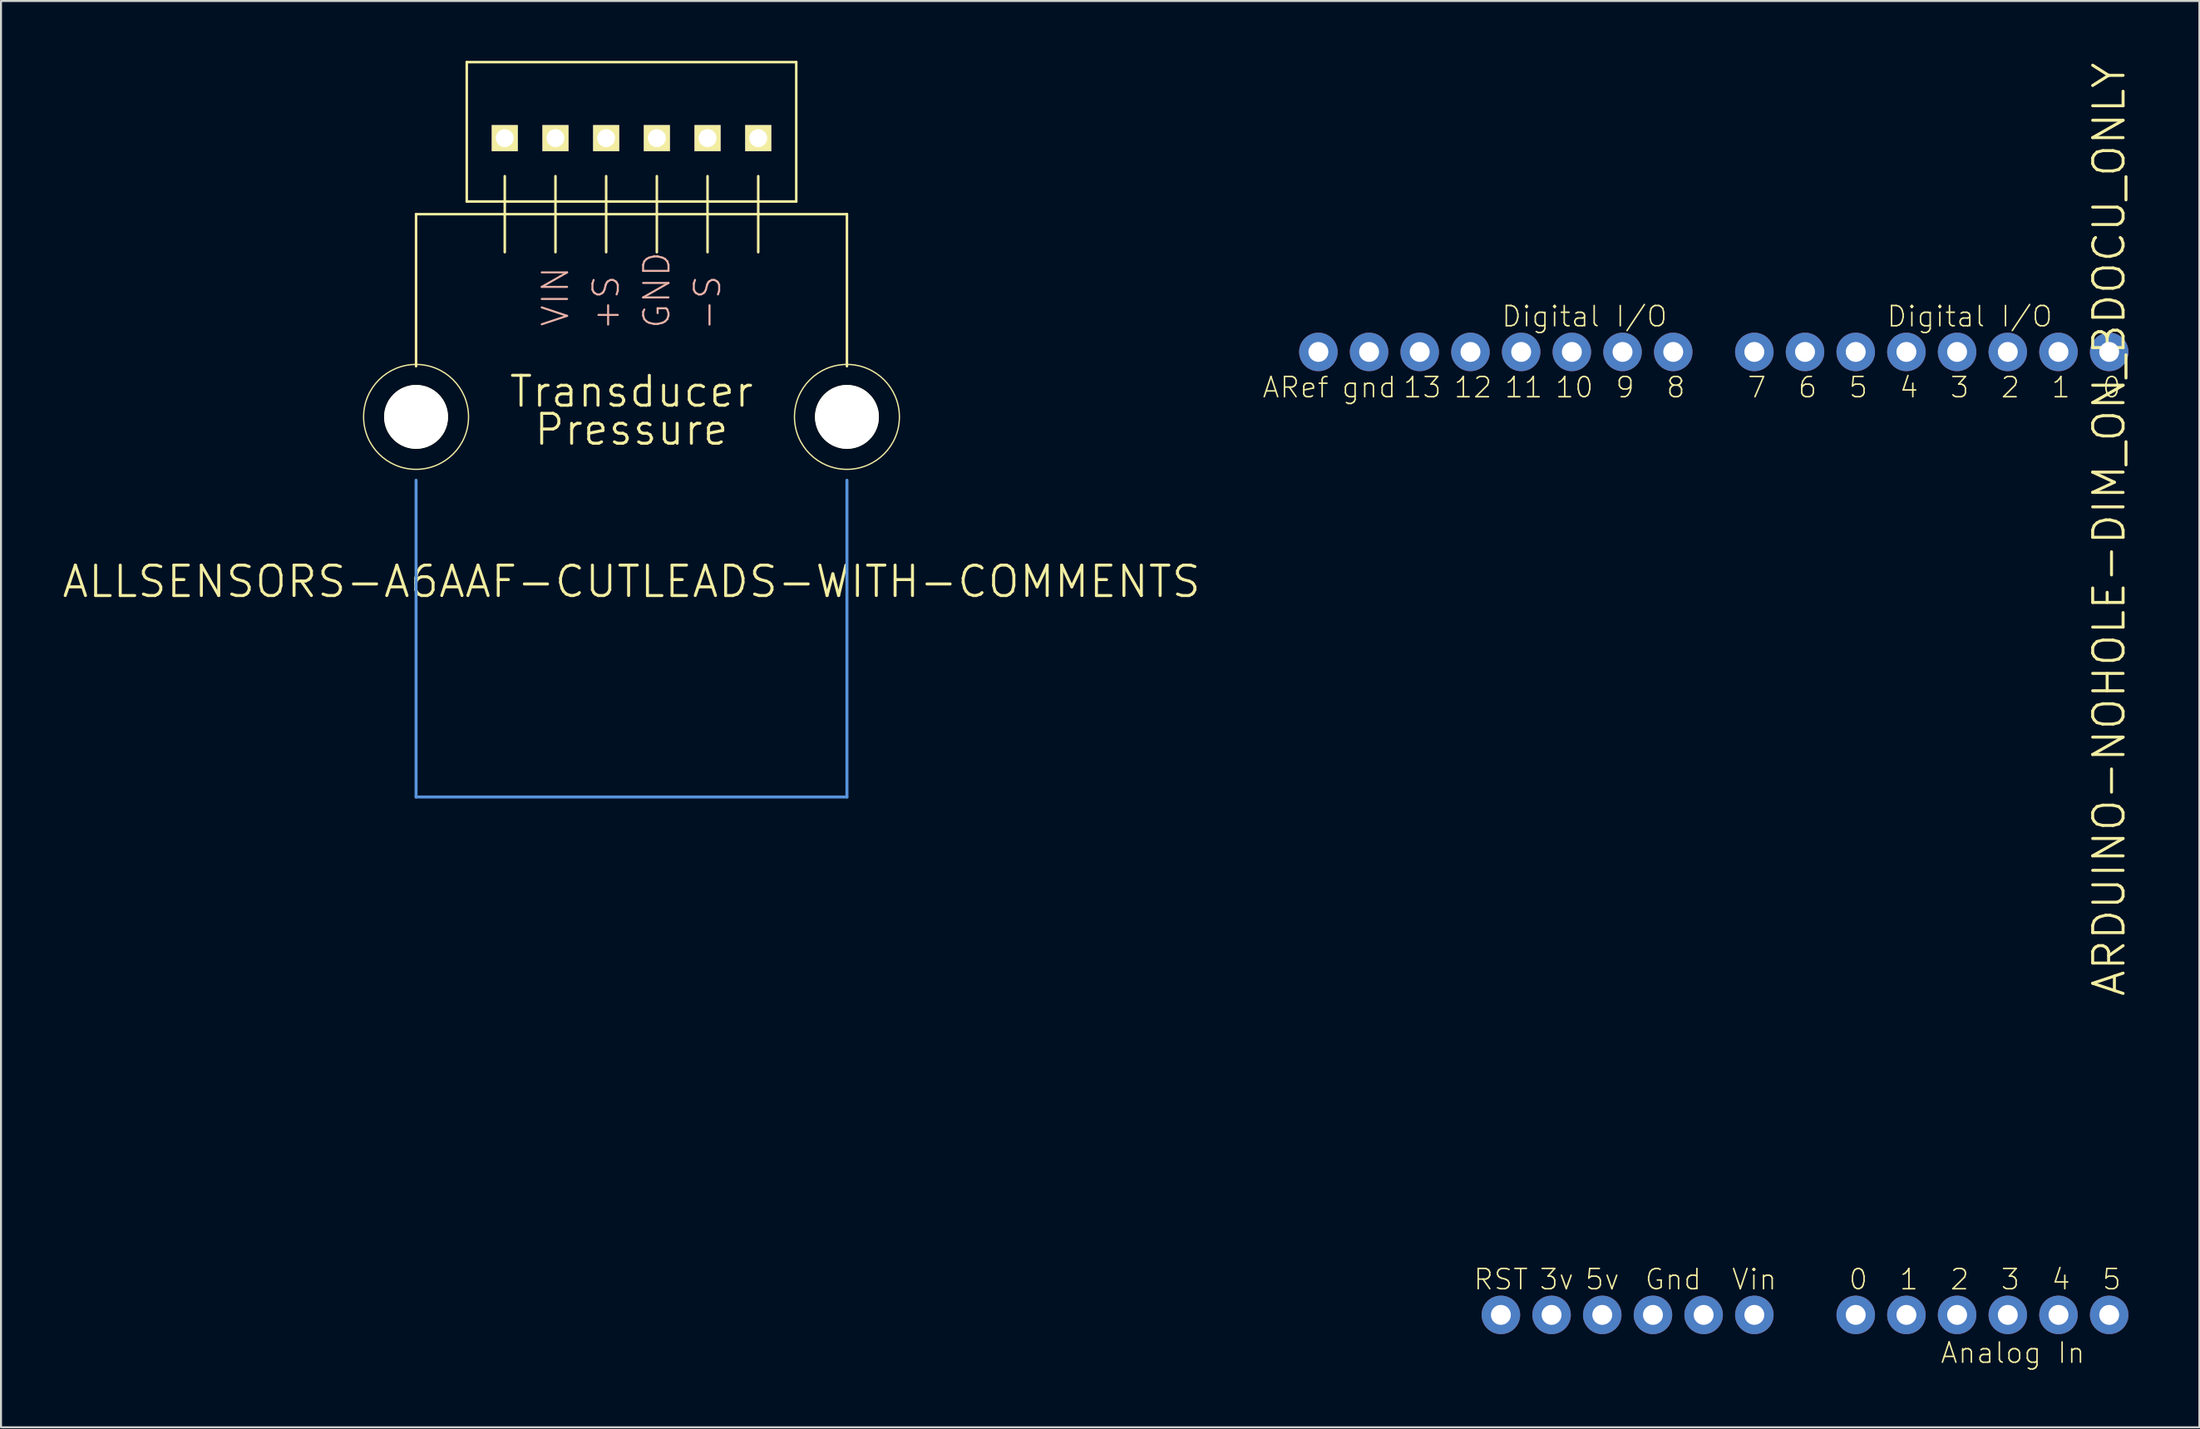
<source format=kicad_pcb>
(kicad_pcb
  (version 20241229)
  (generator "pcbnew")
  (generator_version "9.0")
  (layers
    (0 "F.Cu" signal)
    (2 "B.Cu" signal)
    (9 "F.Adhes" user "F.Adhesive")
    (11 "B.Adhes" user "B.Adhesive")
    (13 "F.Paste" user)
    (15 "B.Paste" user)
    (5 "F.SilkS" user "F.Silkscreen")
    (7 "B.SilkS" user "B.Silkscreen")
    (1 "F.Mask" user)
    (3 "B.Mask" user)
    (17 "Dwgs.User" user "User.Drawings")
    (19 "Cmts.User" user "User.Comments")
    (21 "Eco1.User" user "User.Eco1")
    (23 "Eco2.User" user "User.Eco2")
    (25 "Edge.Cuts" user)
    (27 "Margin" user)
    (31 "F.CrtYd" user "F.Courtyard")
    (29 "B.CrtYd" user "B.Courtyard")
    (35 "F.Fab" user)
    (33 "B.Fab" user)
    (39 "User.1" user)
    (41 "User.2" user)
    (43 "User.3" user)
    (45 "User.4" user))
  (footprint "ARDUINO-NOHOLE-DIM_ON_BDOCU_ONLY"
    (layer "F.Cu")
    (at 103.905 13.317)
    (property "Reference" "ARDUINO-NOHOLE-DIM_ON_BDOCU_ONLY" (at -1.27 10.16 90) (layer "F.SilkS") (effects (font (size 1.524 1.524) (thickness 0.15))))
    (attr exclude_from_pos_files exclude_from_bom)
    (fp_text user "1" (at -11.303 47.752 0) (layer "F.SilkS") (effects (font (size 1.016 1.016) (thickness 0.076))))
    (fp_text user "5" (at -13.843 3.048 180) (layer "F.SilkS") (effects (font (size 1.016 1.016) (thickness 0.076))))
    (fp_text user "7" (at -18.923 3.048 180) (layer "F.SilkS") (effects (font (size 1.016 1.016) (thickness 0.076))))
    (fp_text user "Vin" (at -19.05 47.752 0) (layer "F.SilkS") (effects (font (size 1.016 1.016) (thickness 0.076))))
    (fp_text user "0" (at -1.143 3.048 180) (layer "F.SilkS") (effects (font (size 1.016 1.016) (thickness 0.076))))
    (fp_text user "Analog In" (at -6.096 51.435 0) (layer "F.SilkS") (effects (font (size 1.016 1.016) (thickness 0.076))))
    (fp_text user "3v" (at -28.956 47.752 0) (layer "F.SilkS") (effects (font (size 1.016 1.016) (thickness 0.076))))
    (fp_text user "gnd" (at -38.354 3.048 180) (layer "F.SilkS") (effects (font (size 1.016 1.016) (thickness 0.076))))
    (fp_text user "12" (at -33.147 3.048 180) (layer "F.SilkS") (effects (font (size 1.016 1.016) (thickness 0.076))))
    (fp_text user "9" (at -25.527 3.048 180) (layer "F.SilkS") (effects (font (size 1.016 1.016) (thickness 0.076))))
    (fp_text user "11" (at -30.607 3.048 180) (layer "F.SilkS") (effects (font (size 1.016 1.016) (thickness 0.076))))
    (fp_text user "13" (at -35.687 3.048 180) (layer "F.SilkS") (effects (font (size 1.016 1.016) (thickness 0.076))))
    (fp_text user "ARef" (at -42.037 3.048 180) (layer "F.SilkS") (effects (font (size 1.016 1.016) (thickness 0.076))))
    (fp_text user "4" (at -11.303 3.048 180) (layer "F.SilkS") (effects (font (size 1.016 1.016) (thickness 0.076))))
    (fp_text user "RST" (at -31.75 47.752 0) (layer "F.SilkS") (effects (font (size 1.016 1.016) (thickness 0.076))))
    (fp_text user "Digital I/O" (at -27.559 -0.508 0) (layer "F.SilkS") (effects (font (size 1.016 1.016) (thickness 0.076))))
    (fp_text user "3" (at -8.763 3.048 180) (layer "F.SilkS") (effects (font (size 1.016 1.016) (thickness 0.076))))
    (fp_text user "10" (at -28.067 3.048 180) (layer "F.SilkS") (effects (font (size 1.016 1.016) (thickness 0.076))))
    (fp_text user "6" (at -16.383 3.048 180) (layer "F.SilkS") (effects (font (size 1.016 1.016) (thickness 0.076))))
    (fp_text user "5" (at -1.143 47.752 0) (layer "F.SilkS") (effects (font (size 1.016 1.016) (thickness 0.076))))
    (fp_text user "0" (at -13.843 47.752 0) (layer "F.SilkS") (effects (font (size 1.016 1.016) (thickness 0.076))))
    (fp_text user "8" (at -22.987 3.048 180) (layer "F.SilkS") (effects (font (size 1.016 1.016) (thickness 0.076))))
    (fp_text user "3" (at -6.223 47.752 0) (layer "F.SilkS") (effects (font (size 1.016 1.016) (thickness 0.076))))
    (fp_text user "1" (at -3.686 3.048 180) (layer "F.SilkS") (effects (font (size 1.016 1.016) (thickness 0.076))))
    (fp_text user "2" (at -6.223 3.048 180) (layer "F.SilkS") (effects (font (size 1.016 1.016) (thickness 0.076))))
    (fp_text user "Digital I/O" (at -8.255 -0.508 0) (layer "F.SilkS") (effects (font (size 1.016 1.016) (thickness 0.076))))
    (fp_text user "2" (at -8.763 47.752 0) (layer "F.SilkS") (effects (font (size 1.016 1.016) (thickness 0.076))))
    (fp_text user "4" (at -3.686 47.752 0) (layer "F.SilkS") (effects (font (size 1.016 1.016) (thickness 0.076))))
    (fp_text user "5v" (at -26.67 47.752 0) (layer "F.SilkS") (effects (font (size 1.016 1.016) (thickness 0.076))))
    (fp_text user "Gnd" (at -23.114 47.752 0) (layer "F.SilkS") (effects (font (size 1.016 1.016) (thickness 0.076))))
    (pad "3V" thru_hole circle (at -29.21 49.53) (size 1.93 1.93) (drill 0.998) (layers "*.Cu" "*.Mask"))
    (pad "5V" thru_hole circle (at -26.67 49.53) (size 1.93 1.93) (drill 0.998) (layers "*.Cu" "*.Mask"))
    (pad "A0" thru_hole circle (at -13.97 49.53) (size 1.93 1.93) (drill 0.998) (layers "*.Cu" "*.Mask"))
    (pad "A1" thru_hole circle (at -11.43 49.53) (size 1.93 1.93) (drill 0.998) (layers "*.Cu" "*.Mask"))
    (pad "A2" thru_hole circle (at -8.89 49.53) (size 1.93 1.93) (drill 0.998) (layers "*.Cu" "*.Mask"))
    (pad "A3" thru_hole circle (at -6.35 49.53) (size 1.93 1.93) (drill 0.998) (layers "*.Cu" "*.Mask"))
    (pad "A4" thru_hole circle (at -3.81 49.53) (size 1.93 1.93) (drill 0.998) (layers "*.Cu" "*.Mask"))
    (pad "A5" thru_hole circle (at -1.27 49.53) (size 1.93 1.93) (drill 0.998) (layers "*.Cu" "*.Mask"))
    (pad "AREF" thru_hole circle (at -40.894 1.27) (size 1.93 1.93) (drill 0.998) (layers "*.Cu" "*.Mask"))
    (pad "D0" thru_hole circle (at -1.27 1.27) (size 1.93 1.93) (drill 0.998) (layers "*.Cu" "*.Mask"))
    (pad "D1" thru_hole circle (at -3.81 1.27) (size 1.93 1.93) (drill 0.998) (layers "*.Cu" "*.Mask"))
    (pad "D2" thru_hole circle (at -6.35 1.27) (size 1.93 1.93) (drill 0.998) (layers "*.Cu" "*.Mask"))
    (pad "D3" thru_hole circle (at -8.89 1.27) (size 1.93 1.93) (drill 0.998) (layers "*.Cu" "*.Mask"))
    (pad "D4" thru_hole circle (at -11.43 1.27) (size 1.93 1.93) (drill 0.998) (layers "*.Cu" "*.Mask"))
    (pad "D5" thru_hole circle (at -13.97 1.27) (size 1.93 1.93) (drill 0.998) (layers "*.Cu" "*.Mask"))
    (pad "D6" thru_hole circle (at -16.51 1.27) (size 1.93 1.93) (drill 0.998) (layers "*.Cu" "*.Mask"))
    (pad "D7" thru_hole circle (at -19.05 1.27) (size 1.93 1.93) (drill 0.998) (layers "*.Cu" "*.Mask"))
    (pad "D8" thru_hole circle (at -23.114 1.27) (size 1.93 1.93) (drill 0.998) (layers "*.Cu" "*.Mask"))
    (pad "D9" thru_hole circle (at -25.654 1.27) (size 1.93 1.93) (drill 0.998) (layers "*.Cu" "*.Mask"))
    (pad "D10" thru_hole circle (at -28.194 1.27) (size 1.93 1.93) (drill 0.998) (layers "*.Cu" "*.Mask"))
    (pad "D11" thru_hole circle (at -30.734 1.27) (size 1.93 1.93) (drill 0.998) (layers "*.Cu" "*.Mask"))
    (pad "D12" thru_hole circle (at -33.274 1.27) (size 1.93 1.93) (drill 0.998) (layers "*.Cu" "*.Mask"))
    (pad "D13" thru_hole circle (at -35.817 1.27) (size 1.93 1.93) (drill 0.998) (layers "*.Cu" "*.Mask"))
    (pad "GND" thru_hole circle (at -38.354 1.27) (size 1.93 1.93) (drill 0.998) (layers "*.Cu" "*.Mask"))
    (pad "GND1" thru_hole circle (at -21.59 49.53) (size 1.93 1.93) (drill 0.998) (layers "*.Cu" "*.Mask"))
    (pad "GND2" thru_hole circle (at -24.13 49.53) (size 1.93 1.93) (drill 0.998) (layers "*.Cu" "*.Mask"))
    (pad "RESE" thru_hole circle (at -31.75 49.53) (size 1.93 1.93) (drill 0.998) (layers "*.Cu" "*.Mask"))
    (pad "VIN" thru_hole circle (at -19.05 49.53) (size 1.93 1.93) (drill 0.998) (layers "*.Cu" "*.Mask")))
  (footprint "ALLSENSORS-A6AAF-CUTLEADS-WITH-COMMENTS"
    (layer "F.Cu")
    (at 28.593 17.843)
    (property "Reference" "ALLSENSORS-A6AAF-CUTLEADS-WITH-COMMENTS" (at 0 8.255 0) (layer "F.SilkS") (effects (font (size 1.524 1.524) (thickness 0.15))))
    (attr exclude_from_pos_files exclude_from_bom)
    (fp_line (start -10.795 -10.16) (end -6.35 -10.16) (stroke (width 0.127) (type solid)) (layer "F.SilkS"))
    (fp_line (start -10.795 -2.54) (end -10.795 -10.16) (stroke (width 0.127) (type solid)) (layer "F.SilkS"))
    (fp_line (start -8.255 -17.78) (end 8.255 -17.78) (stroke (width 0.127) (type solid)) (layer "F.SilkS"))
    (fp_line (start -8.255 -10.795) (end -8.255 -17.78) (stroke (width 0.127) (type solid)) (layer "F.SilkS"))
    (fp_line (start -8.255 -10.795) (end 8.255 -10.795) (stroke (width 0.127) (type solid)) (layer "F.SilkS"))
    (fp_line (start -6.35 -12.065) (end -6.35 -10.16) (stroke (width 0.127) (type solid)) (layer "F.SilkS"))
    (fp_line (start -6.35 -10.16) (end -6.35 -8.255) (stroke (width 0.127) (type solid)) (layer "F.SilkS"))
    (fp_line (start -6.35 -10.16) (end -3.81 -10.16) (stroke (width 0.127) (type solid)) (layer "F.SilkS"))
    (fp_line (start -3.81 -12.065) (end -3.81 -10.16) (stroke (width 0.127) (type solid)) (layer "F.SilkS"))
    (fp_line (start -3.81 -10.16) (end -3.81 -8.255) (stroke (width 0.127) (type solid)) (layer "F.SilkS"))
    (fp_line (start -3.81 -10.16) (end -1.27 -10.16) (stroke (width 0.127) (type solid)) (layer "F.SilkS"))
    (fp_line (start -1.27 -12.065) (end -1.27 -10.16) (stroke (width 0.127) (type solid)) (layer "F.SilkS"))
    (fp_line (start -1.27 -10.16) (end -1.27 -8.255) (stroke (width 0.127) (type solid)) (layer "F.SilkS"))
    (fp_line (start -1.27 -10.16) (end 1.27 -10.16) (stroke (width 0.127) (type solid)) (layer "F.SilkS"))
    (fp_line (start 1.27 -12.065) (end 1.27 -10.16) (stroke (width 0.127) (type solid)) (layer "F.SilkS"))
    (fp_line (start 1.27 -10.16) (end 1.27 -8.255) (stroke (width 0.127) (type solid)) (layer "F.SilkS"))
    (fp_line (start 1.27 -10.16) (end 3.81 -10.16) (stroke (width 0.127) (type solid)) (layer "F.SilkS"))
    (fp_line (start 3.81 -12.065) (end 3.81 -10.16) (stroke (width 0.127) (type solid)) (layer "F.SilkS"))
    (fp_line (start 3.81 -10.16) (end 3.81 -8.255) (stroke (width 0.127) (type solid)) (layer "F.SilkS"))
    (fp_line (start 3.81 -10.16) (end 6.35 -10.16) (stroke (width 0.127) (type solid)) (layer "F.SilkS"))
    (fp_line (start 6.35 -12.065) (end 6.35 -10.16) (stroke (width 0.127) (type solid)) (layer "F.SilkS"))
    (fp_line (start 6.35 -10.16) (end 6.35 -8.255) (stroke (width 0.127) (type solid)) (layer "F.SilkS"))
    (fp_line (start 6.35 -10.16) (end 10.795 -10.16) (stroke (width 0.127) (type solid)) (layer "F.SilkS"))
    (fp_line (start 8.255 -17.78) (end 8.255 -10.795) (stroke (width 0.127) (type solid)) (layer "F.SilkS"))
    (fp_line (start 10.795 -10.16) (end 10.795 -2.54) (stroke (width 0.127) (type solid)) (layer "F.SilkS"))
    (fp_circle (center -10.795 0) (end -12.383 2.095) (stroke (width 0.064) (type solid)) (fill no) (layer "F.SilkS"))
    (fp_circle (center 10.795 0) (end 9.207 2.095) (stroke (width 0.064) (type solid)) (fill no) (layer "F.SilkS"))
    (fp_line (start -10.795 19.05) (end -10.795 3.175) (stroke (width 0.15) (type solid)) (layer "Cmts.User"))
    (fp_line (start 10.795 3.175) (end 10.795 19.05) (stroke (width 0.15) (type solid)) (layer "Cmts.User"))
    (fp_line (start 10.795 19.05) (end -10.795 19.05) (stroke (width 0.15) (type solid)) (layer "Cmts.User"))
    (fp_text user "Transducer" (at 0 -1.27 0) (layer "F.SilkS") (effects (font (size 1.5 1.5) (thickness 0.15))))
    (fp_text user "Pressure" (at 0 0.635 0) (layer "F.SilkS") (effects (font (size 1.5 1.5) (thickness 0.15))))
    (fp_text user "VIN" (at -3.81 -6.032 90) (layer "B.SilkS") (effects (font (size 1.27 1.27) (thickness 0.102))))
    (fp_text user "GND" (at 1.27 -6.35 90) (layer "B.SilkS") (effects (font (size 1.27 1.27) (thickness 0.102))))
    (fp_text user "+S" (at -1.27 -5.715 90) (layer "B.SilkS") (effects (font (size 1.27 1.27) (thickness 0.102))))
    (fp_text user "-S" (at 3.81 -5.715 90) (layer "B.SilkS") (effects (font (size 1.27 1.27) (thickness 0.102))))
    (pad "" np_thru_hole circle (at -10.795 0) (size 3.2 3.2) (drill 3.2) (layers "*.Cu" "*.Mask" "F.SilkS"))
    (pad "" np_thru_hole circle (at 10.795 0) (size 3.2 3.2) (drill 3.2) (layers "*.Cu" "*.Mask" "F.SilkS"))
    (pad "1" thru_hole rect (at -6.35 -13.97) (size 1.306 1.306) (drill 0.899) (layers "*.Cu" "F.Mask" "F.SilkS" "F.Paste"))
    (pad "6" thru_hole rect (at 6.35 -13.97) (size 1.306 1.306) (drill 0.899) (layers "*.Cu" "F.Mask" "F.SilkS" "F.Paste"))
    (pad "GND" thru_hole rect (at 1.27 -13.97) (size 1.306 1.306) (drill 0.899) (layers "*.Cu" "F.Mask" "F.SilkS" "F.Paste"))
    (pad "S+" thru_hole rect (at -1.27 -13.97) (size 1.306 1.306) (drill 0.899) (layers "*.Cu" "F.Mask" "F.SilkS" "F.Paste"))
    (pad "S-" thru_hole rect (at 3.81 -13.97) (size 1.306 1.306) (drill 0.899) (layers "*.Cu" "F.Mask" "F.SilkS" "F.Paste"))
    (pad "VIN" thru_hole rect (at -3.81 -13.97) (size 1.306 1.306) (drill 0.899) (layers "*.Cu" "F.Mask" "F.SilkS" "F.Paste")))
  (gr_rect
    (start -3 -3)
    (end 107.155 68.48)
    (stroke (width 0.1) (type default))
    (fill no)
    (layer "Edge.Cuts")))
</source>
